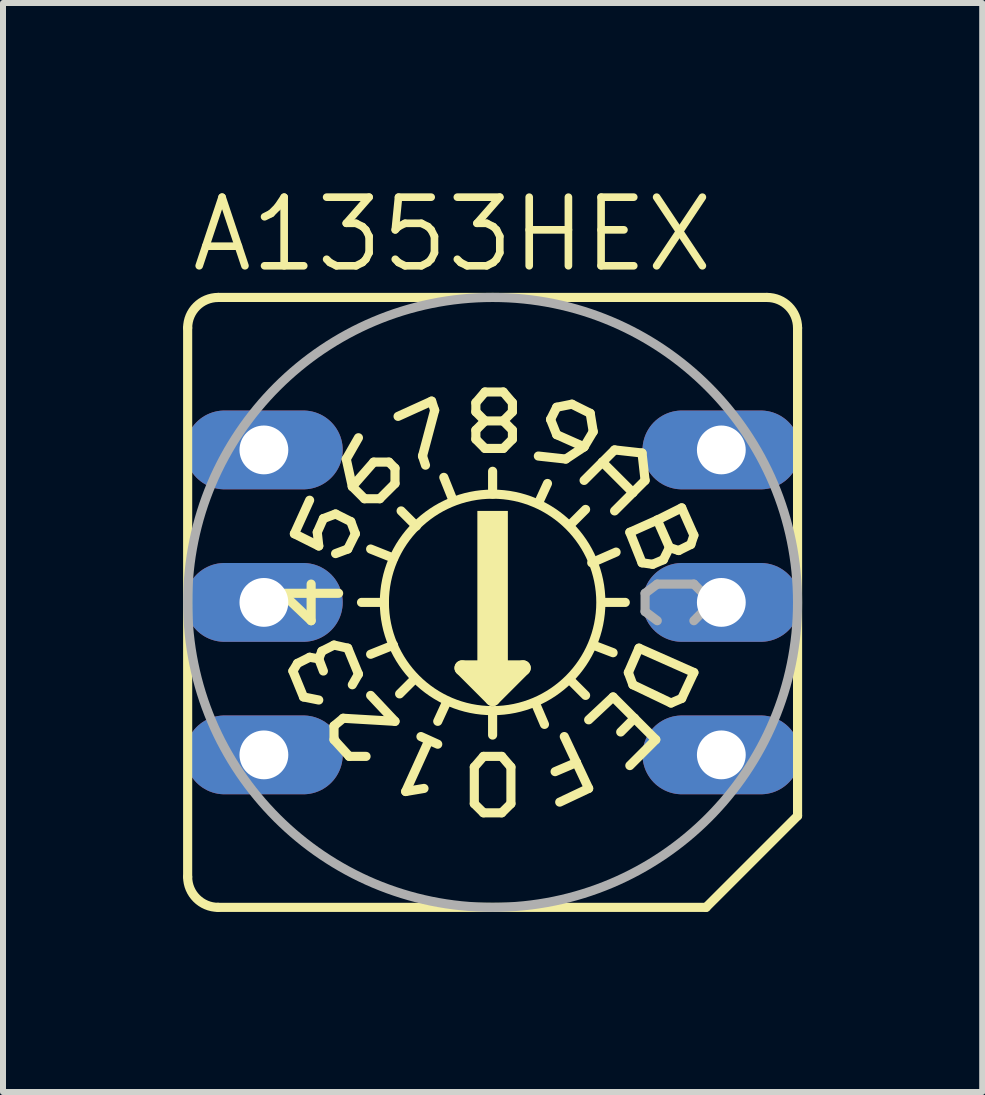
<source format=kicad_pcb>
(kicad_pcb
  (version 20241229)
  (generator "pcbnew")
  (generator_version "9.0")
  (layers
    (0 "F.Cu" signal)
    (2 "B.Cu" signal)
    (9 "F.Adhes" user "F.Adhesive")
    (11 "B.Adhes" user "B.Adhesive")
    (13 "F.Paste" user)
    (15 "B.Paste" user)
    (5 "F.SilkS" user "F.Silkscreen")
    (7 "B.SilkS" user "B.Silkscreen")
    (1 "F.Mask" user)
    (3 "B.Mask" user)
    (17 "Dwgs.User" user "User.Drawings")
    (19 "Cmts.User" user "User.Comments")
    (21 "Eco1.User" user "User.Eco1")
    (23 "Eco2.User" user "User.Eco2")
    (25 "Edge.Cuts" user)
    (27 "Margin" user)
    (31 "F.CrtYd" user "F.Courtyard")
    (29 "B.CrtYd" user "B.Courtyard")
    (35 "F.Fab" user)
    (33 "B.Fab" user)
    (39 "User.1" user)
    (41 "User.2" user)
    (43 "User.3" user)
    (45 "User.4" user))
  (footprint "A1353HEX"
    (layer "F.Cu")
    (at 5.156 6.985)
    (property "Reference" "A1353HEX" (at -5.08 -5.461 0) (layer "F.SilkS") (effects (font (size 1.143 1.143) (thickness 0.127)) (justify left bottom)))
    (fp_line (start -5.08 4.572) (end -5.08 -4.572) (stroke (width 0.152) (type solid)) (layer "F.SilkS"))
    (fp_line (start -3.505 -0.152) (end -3.023 0.305) (stroke (width 0.152) (type solid)) (layer "F.SilkS"))
    (fp_line (start -3.327 1.143) (end -3.15 1.575) (stroke (width 0.152) (type solid)) (layer "F.SilkS"))
    (fp_line (start -3.302 -1.143) (end -3.048 -1.702) (stroke (width 0.152) (type solid)) (layer "F.SilkS"))
    (fp_line (start -3.302 -1.143) (end -2.896 -0.94) (stroke (width 0.152) (type solid)) (layer "F.SilkS"))
    (fp_line (start -3.251 1.016) (end -3.327 1.143) (stroke (width 0.152) (type solid)) (layer "F.SilkS"))
    (fp_line (start -3.048 0.914) (end -3.251 1.016) (stroke (width 0.152) (type solid)) (layer "F.SilkS"))
    (fp_line (start -3.023 0.305) (end -3.023 -0.305) (stroke (width 0.152) (type solid)) (layer "F.SilkS"))
    (fp_line (start -2.921 -1.168) (end -2.819 -1.397) (stroke (width 0.152) (type solid)) (layer "F.SilkS"))
    (fp_line (start -2.896 -0.94) (end -2.921 -1.168) (stroke (width 0.152) (type solid)) (layer "F.SilkS"))
    (fp_line (start -2.896 0.94) (end -3.048 0.914) (stroke (width 0.152) (type solid)) (layer "F.SilkS"))
    (fp_line (start -2.896 0.94) (end -2.819 1.143) (stroke (width 0.152) (type solid)) (layer "F.SilkS"))
    (fp_line (start -2.896 1.626) (end -3.15 1.575) (stroke (width 0.152) (type solid)) (layer "F.SilkS"))
    (fp_line (start -2.845 0.813) (end -2.896 0.94) (stroke (width 0.152) (type solid)) (layer "F.SilkS"))
    (fp_line (start -2.819 -1.397) (end -2.616 -1.473) (stroke (width 0.152) (type solid)) (layer "F.SilkS"))
    (fp_line (start -2.642 0.711) (end -2.845 0.813) (stroke (width 0.152) (type solid)) (layer "F.SilkS"))
    (fp_line (start -2.642 2.057) (end -2.489 1.93) (stroke (width 0.152) (type solid)) (layer "F.SilkS"))
    (fp_line (start -2.642 2.286) (end -2.642 2.057) (stroke (width 0.152) (type solid)) (layer "F.SilkS"))
    (fp_line (start -2.642 2.286) (end -2.388 2.565) (stroke (width 0.152) (type solid)) (layer "F.SilkS"))
    (fp_line (start -2.616 -1.473) (end -2.362 -1.346) (stroke (width 0.152) (type solid)) (layer "F.SilkS"))
    (fp_line (start -2.565 -0.152) (end -3.505 -0.152) (stroke (width 0.152) (type solid)) (layer "F.SilkS"))
    (fp_line (start -2.489 1.93) (end -1.626 1.981) (stroke (width 0.152) (type solid)) (layer "F.SilkS"))
    (fp_line (start -2.438 -2.388) (end -2.235 -2.743) (stroke (width 0.152) (type solid)) (layer "F.SilkS"))
    (fp_line (start -2.413 -0.889) (end -2.616 -0.813) (stroke (width 0.152) (type solid)) (layer "F.SilkS"))
    (fp_line (start -2.413 0.762) (end -2.642 0.711) (stroke (width 0.152) (type solid)) (layer "F.SilkS"))
    (fp_line (start -2.413 0.762) (end -2.235 1.194) (stroke (width 0.152) (type solid)) (layer "F.SilkS"))
    (fp_line (start -2.388 2.565) (end -2.108 2.565) (stroke (width 0.152) (type solid)) (layer "F.SilkS"))
    (fp_line (start -2.362 -1.346) (end -2.286 -1.143) (stroke (width 0.152) (type solid)) (layer "F.SilkS"))
    (fp_line (start -2.337 -1.93) (end -2.438 -2.388) (stroke (width 0.152) (type solid)) (layer "F.SilkS"))
    (fp_line (start -2.337 1.372) (end -2.235 1.194) (stroke (width 0.152) (type solid)) (layer "F.SilkS"))
    (fp_line (start -2.286 -1.143) (end -2.413 -0.889) (stroke (width 0.152) (type solid)) (layer "F.SilkS"))
    (fp_line (start -2.184 0) (end -1.803 0) (stroke (width 0.152) (type solid)) (layer "F.SilkS"))
    (fp_line (start -2.134 -1.727) (end -2.337 -1.93) (stroke (width 0.152) (type solid)) (layer "F.SilkS"))
    (fp_line (start -2.032 1.549) (end -1.626 1.981) (stroke (width 0.152) (type solid)) (layer "F.SilkS"))
    (fp_line (start -1.981 -2.337) (end -2.337 -1.93) (stroke (width 0.152) (type solid)) (layer "F.SilkS"))
    (fp_line (start -1.88 -1.727) (end -2.134 -1.727) (stroke (width 0.152) (type solid)) (layer "F.SilkS"))
    (fp_line (start -1.88 -1.727) (end -1.626 -1.981) (stroke (width 0.152) (type solid)) (layer "F.SilkS"))
    (fp_line (start -1.727 -2.337) (end -1.981 -2.337) (stroke (width 0.152) (type solid)) (layer "F.SilkS"))
    (fp_line (start -1.651 -0.737) (end -2.032 -0.889) (stroke (width 0.152) (type solid)) (layer "F.SilkS"))
    (fp_line (start -1.651 0.711) (end -2.032 0.864) (stroke (width 0.152) (type solid)) (layer "F.SilkS"))
    (fp_line (start -1.626 -2.235) (end -1.727 -2.337) (stroke (width 0.152) (type solid)) (layer "F.SilkS"))
    (fp_line (start -1.626 -1.981) (end -1.626 -2.235) (stroke (width 0.152) (type solid)) (layer "F.SilkS"))
    (fp_line (start -1.575 -3.099) (end -1.016 -3.353) (stroke (width 0.152) (type solid)) (layer "F.SilkS"))
    (fp_line (start -1.448 3.15) (end -1.143 3.099) (stroke (width 0.152) (type solid)) (layer "F.SilkS"))
    (fp_line (start -1.295 1.27) (end -1.549 1.524) (stroke (width 0.152) (type solid)) (layer "F.SilkS"))
    (fp_line (start -1.27 -1.27) (end -1.524 -1.524) (stroke (width 0.152) (type solid)) (layer "F.SilkS"))
    (fp_line (start -1.194 2.235) (end -0.914 2.362) (stroke (width 0.152) (type solid)) (layer "F.SilkS"))
    (fp_line (start -1.168 -2.438) (end -1.118 -2.286) (stroke (width 0.152) (type solid)) (layer "F.SilkS"))
    (fp_line (start -1.067 2.311) (end -1.448 3.15) (stroke (width 0.152) (type solid)) (layer "F.SilkS"))
    (fp_line (start -1.016 -3.353) (end -0.965 -3.2) (stroke (width 0.152) (type solid)) (layer "F.SilkS"))
    (fp_line (start -0.965 -3.2) (end -1.168 -2.438) (stroke (width 0.152) (type solid)) (layer "F.SilkS"))
    (fp_line (start -0.762 1.651) (end -0.914 1.981) (stroke (width 0.152) (type solid)) (layer "F.SilkS"))
    (fp_line (start -0.66 -1.702) (end -0.813 -2.083) (stroke (width 0.152) (type solid)) (layer "F.SilkS"))
    (fp_line (start -0.508 1.092) (end 0 1.6) (stroke (width 0.254) (type solid)) (layer "F.SilkS"))
    (fp_line (start -0.305 2.743) (end -0.305 3.353) (stroke (width 0.152) (type solid)) (layer "F.SilkS"))
    (fp_line (start -0.305 3.353) (end -0.152 3.505) (stroke (width 0.152) (type solid)) (layer "F.SilkS"))
    (fp_line (start -0.279 -3.327) (end -0.279 -3.175) (stroke (width 0.152) (type solid)) (layer "F.SilkS"))
    (fp_line (start -0.279 -3.175) (end -0.127 -3.023) (stroke (width 0.152) (type solid)) (layer "F.SilkS"))
    (fp_line (start -0.279 -2.87) (end -0.279 -2.718) (stroke (width 0.152) (type solid)) (layer "F.SilkS"))
    (fp_line (start -0.279 -2.718) (end -0.127 -2.565) (stroke (width 0.152) (type solid)) (layer "F.SilkS"))
    (fp_line (start -0.254 1.219) (end 0.254 1.219) (stroke (width 0.254) (type solid)) (layer "F.SilkS"))
    (fp_line (start -0.152 2.565) (end -0.305 2.743) (stroke (width 0.152) (type solid)) (layer "F.SilkS"))
    (fp_line (start -0.152 3.505) (end 0.152 3.505) (stroke (width 0.152) (type solid)) (layer "F.SilkS"))
    (fp_line (start -0.127 -3.505) (end -0.279 -3.327) (stroke (width 0.152) (type solid)) (layer "F.SilkS"))
    (fp_line (start -0.127 -3.023) (end -0.279 -2.87) (stroke (width 0.152) (type solid)) (layer "F.SilkS"))
    (fp_line (start -0.127 -3.023) (end 0.178 -3.023) (stroke (width 0.152) (type solid)) (layer "F.SilkS"))
    (fp_line (start -0.127 -2.565) (end 0.178 -2.565) (stroke (width 0.152) (type solid)) (layer "F.SilkS"))
    (fp_line (start 0 -1.803) (end 0 -2.184) (stroke (width 0.152) (type solid)) (layer "F.SilkS"))
    (fp_line (start 0 1.473) (end 0 1.346) (stroke (width 0.254) (type solid)) (layer "F.SilkS"))
    (fp_line (start 0 1.6) (end 0.508 1.092) (stroke (width 0.254) (type solid)) (layer "F.SilkS"))
    (fp_line (start 0 1.829) (end 0 2.21) (stroke (width 0.152) (type solid)) (layer "F.SilkS"))
    (fp_line (start 0.152 2.565) (end -0.152 2.565) (stroke (width 0.152) (type solid)) (layer "F.SilkS"))
    (fp_line (start 0.152 3.505) (end 0.305 3.353) (stroke (width 0.152) (type solid)) (layer "F.SilkS"))
    (fp_line (start 0.178 -3.505) (end -0.127 -3.505) (stroke (width 0.152) (type solid)) (layer "F.SilkS"))
    (fp_line (start 0.178 -3.023) (end 0.33 -3.175) (stroke (width 0.152) (type solid)) (layer "F.SilkS"))
    (fp_line (start 0.178 -2.565) (end 0.33 -2.718) (stroke (width 0.152) (type solid)) (layer "F.SilkS"))
    (fp_line (start 0.305 2.743) (end 0.152 2.565) (stroke (width 0.152) (type solid)) (layer "F.SilkS"))
    (fp_line (start 0.305 3.353) (end 0.305 2.743) (stroke (width 0.152) (type solid)) (layer "F.SilkS"))
    (fp_line (start 0.33 -3.327) (end 0.178 -3.505) (stroke (width 0.152) (type solid)) (layer "F.SilkS"))
    (fp_line (start 0.33 -3.175) (end 0.33 -3.327) (stroke (width 0.152) (type solid)) (layer "F.SilkS"))
    (fp_line (start 0.33 -2.87) (end 0.178 -3.023) (stroke (width 0.152) (type solid)) (layer "F.SilkS"))
    (fp_line (start 0.33 -2.718) (end 0.33 -2.87) (stroke (width 0.152) (type solid)) (layer "F.SilkS"))
    (fp_line (start 0.508 1.092) (end -0.508 1.092) (stroke (width 0.254) (type solid)) (layer "F.SilkS"))
    (fp_line (start 0.711 1.676) (end 0.864 2.032) (stroke (width 0.152) (type solid)) (layer "F.SilkS"))
    (fp_line (start 0.762 -1.651) (end 0.914 -1.981) (stroke (width 0.152) (type solid)) (layer "F.SilkS"))
    (fp_line (start 0.965 -3.048) (end 1.067 -2.794) (stroke (width 0.152) (type solid)) (layer "F.SilkS"))
    (fp_line (start 1.067 -3.251) (end 0.965 -3.048) (stroke (width 0.152) (type solid)) (layer "F.SilkS"))
    (fp_line (start 1.067 -2.794) (end 1.524 -2.591) (stroke (width 0.152) (type solid)) (layer "F.SilkS"))
    (fp_line (start 1.118 3.327) (end 1.6 3.099) (stroke (width 0.152) (type solid)) (layer "F.SilkS"))
    (fp_line (start 1.219 -2.388) (end 0.762 -2.438) (stroke (width 0.152) (type solid)) (layer "F.SilkS"))
    (fp_line (start 1.295 -1.295) (end 1.549 -1.549) (stroke (width 0.152) (type solid)) (layer "F.SilkS"))
    (fp_line (start 1.295 1.295) (end 1.549 1.549) (stroke (width 0.152) (type solid)) (layer "F.SilkS"))
    (fp_line (start 1.321 -3.302) (end 1.067 -3.251) (stroke (width 0.152) (type solid)) (layer "F.SilkS"))
    (fp_line (start 1.397 2.667) (end 1.041 2.819) (stroke (width 0.152) (type solid)) (layer "F.SilkS"))
    (fp_line (start 1.397 2.667) (end 1.194 2.235) (stroke (width 0.152) (type solid)) (layer "F.SilkS"))
    (fp_line (start 1.524 -2.591) (end 1.219 -2.388) (stroke (width 0.152) (type solid)) (layer "F.SilkS"))
    (fp_line (start 1.524 -2.032) (end 1.829 -2.337) (stroke (width 0.152) (type solid)) (layer "F.SilkS"))
    (fp_line (start 1.6 3.099) (end 1.397 2.667) (stroke (width 0.152) (type solid)) (layer "F.SilkS"))
    (fp_line (start 1.626 -3.15) (end 1.321 -3.302) (stroke (width 0.152) (type solid)) (layer "F.SilkS"))
    (fp_line (start 1.626 -3.15) (end 1.676 -2.845) (stroke (width 0.152) (type solid)) (layer "F.SilkS"))
    (fp_line (start 1.651 -0.66) (end 2.057 -0.838) (stroke (width 0.152) (type solid)) (layer "F.SilkS"))
    (fp_line (start 1.676 -2.845) (end 1.524 -2.591) (stroke (width 0.152) (type solid)) (layer "F.SilkS"))
    (fp_line (start 1.676 0.711) (end 2.007 0.838) (stroke (width 0.152) (type solid)) (layer "F.SilkS"))
    (fp_line (start 1.829 -2.337) (end 2.032 -2.54) (stroke (width 0.152) (type solid)) (layer "F.SilkS"))
    (fp_line (start 1.829 -2.337) (end 2.337 -1.829) (stroke (width 0.152) (type solid)) (layer "F.SilkS"))
    (fp_line (start 1.829 0) (end 2.21 0) (stroke (width 0.152) (type solid)) (layer "F.SilkS"))
    (fp_line (start 2.007 1.575) (end 1.6 1.956) (stroke (width 0.152) (type solid)) (layer "F.SilkS"))
    (fp_line (start 2.007 1.575) (end 2.362 1.93) (stroke (width 0.152) (type solid)) (layer "F.SilkS"))
    (fp_line (start 2.032 -2.54) (end 2.489 -2.489) (stroke (width 0.152) (type solid)) (layer "F.SilkS"))
    (fp_line (start 2.261 1.168) (end 2.337 1.372) (stroke (width 0.152) (type solid)) (layer "F.SilkS"))
    (fp_line (start 2.286 -1.168) (end 2.743 -1.372) (stroke (width 0.152) (type solid)) (layer "F.SilkS"))
    (fp_line (start 2.337 -1.829) (end 2.032 -1.524) (stroke (width 0.152) (type solid)) (layer "F.SilkS"))
    (fp_line (start 2.337 1.372) (end 2.972 1.676) (stroke (width 0.152) (type solid)) (layer "F.SilkS"))
    (fp_line (start 2.362 1.93) (end 2.134 2.159) (stroke (width 0.152) (type solid)) (layer "F.SilkS"))
    (fp_line (start 2.362 1.93) (end 2.718 2.286) (stroke (width 0.152) (type solid)) (layer "F.SilkS"))
    (fp_line (start 2.438 0.762) (end 2.261 1.168) (stroke (width 0.152) (type solid)) (layer "F.SilkS"))
    (fp_line (start 2.489 -2.489) (end 2.54 -2.032) (stroke (width 0.152) (type solid)) (layer "F.SilkS"))
    (fp_line (start 2.489 -0.66) (end 2.286 -1.168) (stroke (width 0.152) (type solid)) (layer "F.SilkS"))
    (fp_line (start 2.54 -2.032) (end 2.337 -1.829) (stroke (width 0.152) (type solid)) (layer "F.SilkS"))
    (fp_line (start 2.667 -0.635) (end 2.489 -0.66) (stroke (width 0.152) (type solid)) (layer "F.SilkS"))
    (fp_line (start 2.718 2.286) (end 2.286 2.718) (stroke (width 0.152) (type solid)) (layer "F.SilkS"))
    (fp_line (start 2.743 -1.372) (end 3.15 -1.575) (stroke (width 0.152) (type solid)) (layer "F.SilkS"))
    (fp_line (start 2.845 -0.711) (end 2.667 -0.635) (stroke (width 0.152) (type solid)) (layer "F.SilkS"))
    (fp_line (start 2.946 -0.914) (end 2.743 -1.372) (stroke (width 0.152) (type solid)) (layer "F.SilkS"))
    (fp_line (start 2.946 -0.914) (end 2.845 -0.711) (stroke (width 0.152) (type solid)) (layer "F.SilkS"))
    (fp_line (start 2.972 1.676) (end 3.15 1.6) (stroke (width 0.152) (type solid)) (layer "F.SilkS"))
    (fp_line (start 3.099 -0.864) (end 2.946 -0.914) (stroke (width 0.152) (type solid)) (layer "F.SilkS"))
    (fp_line (start 3.15 -1.575) (end 3.353 -1.118) (stroke (width 0.152) (type solid)) (layer "F.SilkS"))
    (fp_line (start 3.15 1.6) (end 3.353 1.168) (stroke (width 0.152) (type solid)) (layer "F.SilkS"))
    (fp_line (start 3.302 -0.965) (end 3.099 -0.864) (stroke (width 0.152) (type solid)) (layer "F.SilkS"))
    (fp_line (start 3.353 -1.118) (end 3.302 -0.965) (stroke (width 0.152) (type solid)) (layer "F.SilkS"))
    (fp_line (start 3.353 1.168) (end 2.438 0.762) (stroke (width 0.152) (type solid)) (layer "F.SilkS"))
    (fp_line (start 3.556 5.08) (end -4.572 5.08) (stroke (width 0.152) (type solid)) (layer "F.SilkS"))
    (fp_line (start 4.572 -5.08) (end -4.572 -5.08) (stroke (width 0.152) (type solid)) (layer "F.SilkS"))
    (fp_line (start 5.08 3.556) (end 3.556 5.08) (stroke (width 0.152) (type solid)) (layer "F.SilkS"))
    (fp_line (start 5.08 3.556) (end 5.08 -4.572) (stroke (width 0.152) (type solid)) (layer "F.SilkS"))
    (fp_arc (start -5.08 -4.572) (mid -4.93121 -4.93121) (end -4.572 -5.08) (stroke (width 0.1524) (type solid)) (layer "F.SilkS"))
    (fp_arc (start -4.572 5.08) (mid -4.93121 4.93121) (end -5.08 4.572) (stroke (width 0.1524) (type solid)) (layer "F.SilkS"))
    (fp_arc (start 4.572 -5.08) (mid 4.93121 -4.93121) (end 5.08 -4.572) (stroke (width 0.1524) (type solid)) (layer "F.SilkS"))
    (fp_circle (center 0 0) (end 1.803 0) (stroke (width 0.152) (type solid)) (fill no) (layer "F.SilkS"))
    (fp_poly (pts (xy -0.254 1.016) (xy 0.254 1.016) (xy 0.254 -1.524) (xy -0.254 -1.524)) (stroke (width 0) (type solid)) (fill yes) (layer "F.SilkS"))
    (fp_line (start 2.54 -0.152) (end 2.54 0.152) (stroke (width 0.152) (type solid)) (layer "F.Fab"))
    (fp_line (start 2.54 0.152) (end 2.743 0.305) (stroke (width 0.152) (type solid)) (layer "F.Fab"))
    (fp_line (start 2.743 -0.305) (end 2.54 -0.152) (stroke (width 0.152) (type solid)) (layer "F.Fab"))
    (fp_line (start 2.743 -0.305) (end 3.353 -0.305) (stroke (width 0.152) (type solid)) (layer "F.Fab"))
    (fp_line (start 3.353 -0.305) (end 3.505 -0.152) (stroke (width 0.152) (type solid)) (layer "F.Fab"))
    (fp_line (start 3.505 -0.152) (end 3.505 0.152) (stroke (width 0.152) (type solid)) (layer "F.Fab"))
    (fp_line (start 3.505 0.152) (end 3.353 0.305) (stroke (width 0.152) (type solid)) (layer "F.Fab"))
    (fp_circle (center 0 0) (end 5.08 0) (stroke (width 0.152) (type solid)) (fill no) (layer "F.Fab"))
    (pad "1" thru_hole oval (at 3.81 2.54) (size 2.626 1.313) (drill 0.813) (layers "*.Cu" "*.Mask"))
    (pad "2" thru_hole oval (at -3.81 -2.54) (size 2.626 1.313) (drill 0.813) (layers "*.Cu" "*.Mask"))
    (pad "4" thru_hole oval (at 3.81 -2.54) (size 2.626 1.313) (drill 0.813) (layers "*.Cu" "*.Mask"))
    (pad "8" thru_hole oval (at -3.81 2.54) (size 2.626 1.313) (drill 0.813) (layers "*.Cu" "*.Mask"))
    (pad "C" thru_hole oval (at 3.81 0) (size 2.626 1.313) (drill 0.813) (layers "*.Cu" "*.Mask"))
    (pad "C1" thru_hole oval (at -3.81 0) (size 2.626 1.313) (drill 0.813) (layers "*.Cu" "*.Mask")))
  (gr_rect
    (start -3 -3)
    (end 13.312 15.141)
    (stroke (width 0.1) (type default))
    (fill no)
    (layer "Edge.Cuts")))
</source>
